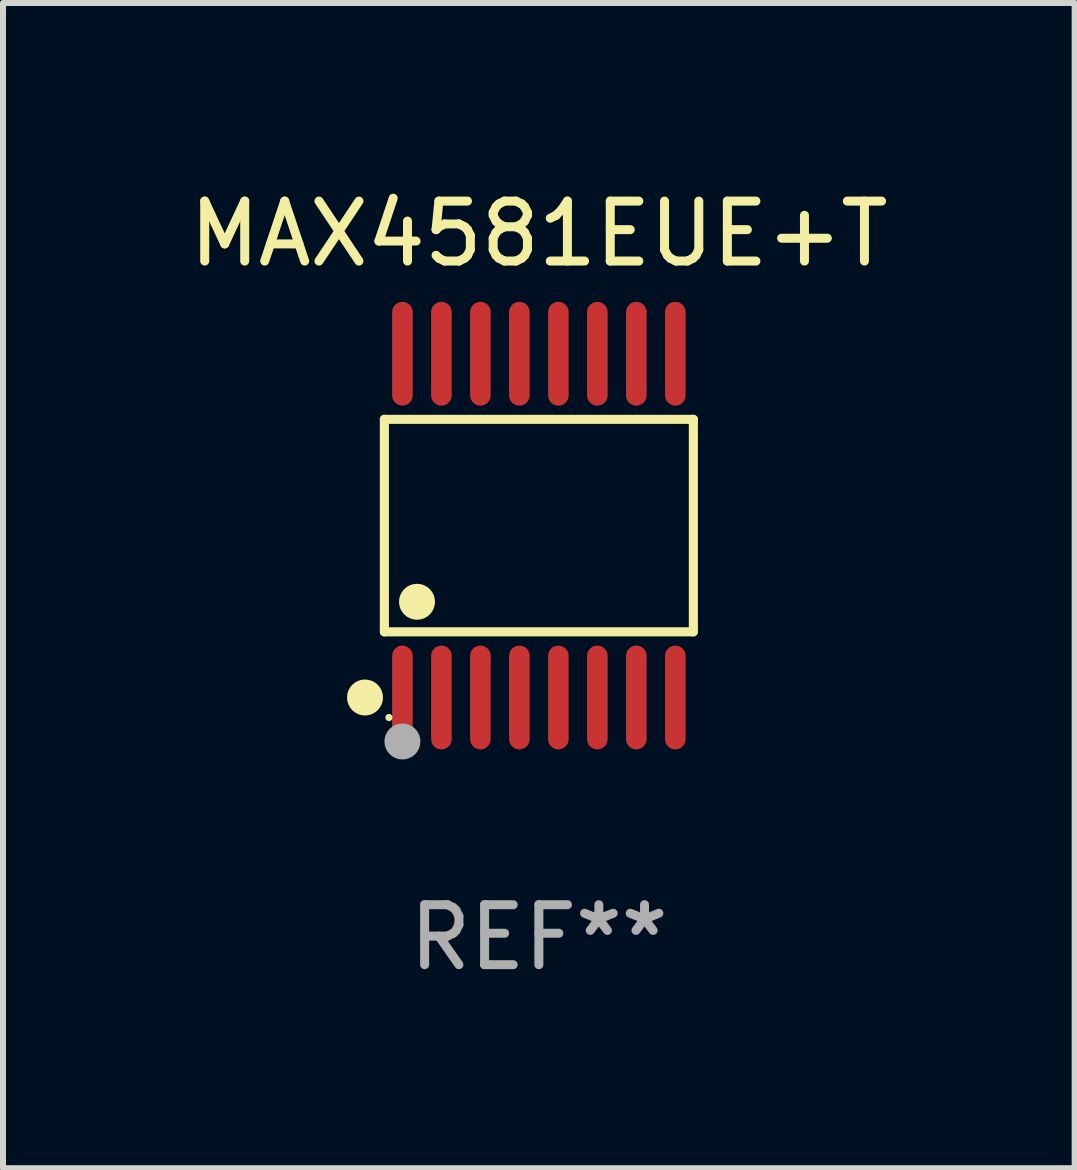
<source format=kicad_pcb>
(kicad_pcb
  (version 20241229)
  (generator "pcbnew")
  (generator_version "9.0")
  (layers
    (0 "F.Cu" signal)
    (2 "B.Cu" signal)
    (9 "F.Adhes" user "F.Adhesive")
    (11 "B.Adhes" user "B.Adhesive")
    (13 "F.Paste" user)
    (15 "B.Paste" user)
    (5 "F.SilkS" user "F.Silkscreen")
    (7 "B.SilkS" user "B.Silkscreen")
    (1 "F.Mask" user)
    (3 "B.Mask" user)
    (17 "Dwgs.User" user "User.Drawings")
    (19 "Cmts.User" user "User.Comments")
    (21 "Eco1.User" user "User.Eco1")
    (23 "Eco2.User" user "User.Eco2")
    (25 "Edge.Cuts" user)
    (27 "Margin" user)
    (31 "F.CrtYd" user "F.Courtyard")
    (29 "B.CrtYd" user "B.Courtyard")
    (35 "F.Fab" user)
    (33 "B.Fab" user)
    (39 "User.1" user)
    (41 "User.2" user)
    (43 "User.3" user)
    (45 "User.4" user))
  (footprint "MAX4581EUE+T"
    (layer "F.Cu")
    (at 5.935 5.714)
    (property "Reference" "MAX4581EUE+T" (at 0 -4.866 0) (layer "F.SilkS") (effects (font (size 1 1) (thickness 0.15))))
    (attr through_hole)
    (fp_line (start -2.576 -1.772) (end 2.576 -1.772) (stroke (width 0.152) (type solid)) (layer "F.SilkS"))
    (fp_line (start -2.576 1.771) (end -2.576 -1.772) (stroke (width 0.152) (type solid)) (layer "F.SilkS"))
    (fp_line (start 2.576 -1.772) (end 2.576 1.771) (stroke (width 0.152) (type solid)) (layer "F.SilkS"))
    (fp_line (start 2.576 1.771) (end -2.576 1.771) (stroke (width 0.152) (type solid)) (layer "F.SilkS"))
    (fp_circle (center -2.899 2.866) (end -2.749 2.866) (stroke (width 0.3) (type solid)) (fill no) (layer "F.SilkS"))
    (fp_circle (center -2.5 3.2) (end -2.47 3.2) (stroke (width 0.06) (type solid)) (fill no) (layer "F.SilkS"))
    (fp_circle (center -2.032 1.27) (end -1.882 1.27) (stroke (width 0.3) (type solid)) (fill no) (layer "F.SilkS"))
    (fp_circle (center -2.275 3.6) (end -2.125 3.6) (stroke (width 0.3) (type solid)) (fill no) (layer "F.Fab"))
    (fp_text user "REF**" (at 0 6.866 0) (layer "F.Fab") (effects (font (size 1 1) (thickness 0.15))))
    (pad "1" smd oval (at -2.275 2.866) (size 0.343 1.731) (layers "F.Cu" "F.Mask" "F.Paste"))
    (pad "2" smd oval (at -1.625 2.866) (size 0.343 1.731) (layers "F.Cu" "F.Mask" "F.Paste"))
    (pad "3" smd oval (at -0.975 2.866) (size 0.343 1.731) (layers "F.Cu" "F.Mask" "F.Paste"))
    (pad "4" smd oval (at -0.325 2.866) (size 0.343 1.731) (layers "F.Cu" "F.Mask" "F.Paste"))
    (pad "5" smd oval (at 0.325 2.866) (size 0.343 1.731) (layers "F.Cu" "F.Mask" "F.Paste"))
    (pad "6" smd oval (at 0.975 2.866) (size 0.343 1.731) (layers "F.Cu" "F.Mask" "F.Paste"))
    (pad "7" smd oval (at 1.625 2.866) (size 0.343 1.731) (layers "F.Cu" "F.Mask" "F.Paste"))
    (pad "8" smd oval (at 2.275 2.866) (size 0.343 1.731) (layers "F.Cu" "F.Mask" "F.Paste"))
    (pad "9" smd oval (at 2.275 -2.866) (size 0.343 1.731) (layers "F.Cu" "F.Mask" "F.Paste"))
    (pad "10" smd oval (at 1.625 -2.866) (size 0.343 1.731) (layers "F.Cu" "F.Mask" "F.Paste"))
    (pad "11" smd oval (at 0.975 -2.866) (size 0.343 1.731) (layers "F.Cu" "F.Mask" "F.Paste"))
    (pad "12" smd oval (at 0.325 -2.866) (size 0.343 1.731) (layers "F.Cu" "F.Mask" "F.Paste"))
    (pad "13" smd oval (at -0.325 -2.866) (size 0.343 1.731) (layers "F.Cu" "F.Mask" "F.Paste"))
    (pad "14" smd oval (at -0.975 -2.866) (size 0.343 1.731) (layers "F.Cu" "F.Mask" "F.Paste"))
    (pad "15" smd oval (at -1.625 -2.866) (size 0.343 1.731) (layers "F.Cu" "F.Mask" "F.Paste"))
    (pad "16" smd oval (at -2.275 -2.866) (size 0.343 1.731) (layers "F.Cu" "F.Mask" "F.Paste")))
  (gr_rect
    (start -3 -3)
    (end 14.869 16.428)
    (stroke (width 0.1) (type default))
    (fill no)
    (layer "Edge.Cuts")))
</source>
